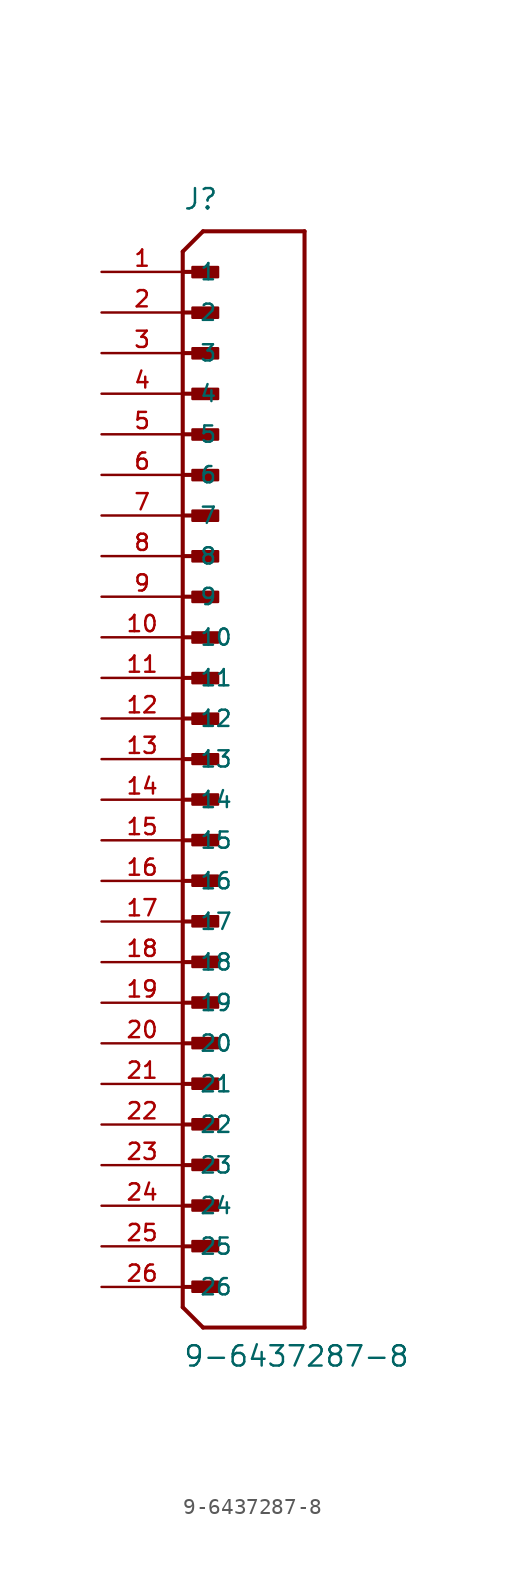
<source format=kicad_sym>
(kicad_symbol_lib
  (version 20231120)
  (generator "kicad_symbol_editor")
  (generator_version "8.0")
  (symbol "9-6437287-8"
    (pin_names
      (offset 1.016))
    (property "Reference" "J"
      (at 0 34.29 0)
      (effects (font (size 1.27 1.27)) (justify left bottom)))
    (property "Value" "9-6437287-8"
      (at 0 -38.1 0)
      (effects (font (size 1.27 1.27)) (justify left bottom)))
    (property "ki_locked" ""
      (at 0 0 0)
      (effects (font (size 1.27 1.27))))
    (symbol "9-6437287-8_0_0"
      (polyline (pts (xy 0 -34.29) (xy 1.27 -35.56)) (stroke (width 0.254) (type solid)) (fill (type none)))
      (polyline (pts (xy 0 -33.02) (xy 1.905 -33.02)) (stroke (width 0.254) (type solid)) (fill (type none)))
      (polyline (pts (xy 0 -30.48) (xy 1.905 -30.48)) (stroke (width 0.254) (type solid)) (fill (type none)))
      (polyline (pts (xy 0 -27.94) (xy 1.905 -27.94)) (stroke (width 0.254) (type solid)) (fill (type none)))
      (polyline (pts (xy 0 -25.4) (xy 1.905 -25.4)) (stroke (width 0.254) (type solid)) (fill (type none)))
      (polyline (pts (xy 0 -22.86) (xy 1.905 -22.86)) (stroke (width 0.254) (type solid)) (fill (type none)))
      (polyline (pts (xy 0 -20.32) (xy 1.905 -20.32)) (stroke (width 0.254) (type solid)) (fill (type none)))
      (polyline (pts (xy 0 -17.78) (xy 1.905 -17.78)) (stroke (width 0.254) (type solid)) (fill (type none)))
      (polyline (pts (xy 0 -15.24) (xy 1.905 -15.24)) (stroke (width 0.254) (type solid)) (fill (type none)))
      (polyline (pts (xy 0 -12.7) (xy 1.905 -12.7)) (stroke (width 0.254) (type solid)) (fill (type none)))
      (polyline (pts (xy 0 -10.16) (xy 1.905 -10.16)) (stroke (width 0.254) (type solid)) (fill (type none)))
      (polyline (pts (xy 0 -7.62) (xy 1.905 -7.62)) (stroke (width 0.254) (type solid)) (fill (type none)))
      (polyline (pts (xy 0 -5.08) (xy 1.905 -5.08)) (stroke (width 0.254) (type solid)) (fill (type none)))
      (polyline (pts (xy 0 -2.54) (xy 1.905 -2.54)) (stroke (width 0.254) (type solid)) (fill (type none)))
      (polyline (pts (xy 0 0) (xy 1.905 0)) (stroke (width 0.254) (type solid)) (fill (type none)))
      (polyline (pts (xy 0 2.54) (xy 1.905 2.54)) (stroke (width 0.254) (type solid)) (fill (type none)))
      (polyline (pts (xy 0 5.08) (xy 1.905 5.08)) (stroke (width 0.254) (type solid)) (fill (type none)))
      (polyline (pts (xy 0 7.62) (xy 1.905 7.62)) (stroke (width 0.254) (type solid)) (fill (type none)))
      (polyline (pts (xy 0 10.16) (xy 1.905 10.16)) (stroke (width 0.254) (type solid)) (fill (type none)))
      (polyline (pts (xy 0 12.7) (xy 1.905 12.7)) (stroke (width 0.254) (type solid)) (fill (type none)))
      (polyline (pts (xy 0 15.24) (xy 1.905 15.24)) (stroke (width 0.254) (type solid)) (fill (type none)))
      (polyline (pts (xy 0 17.78) (xy 1.905 17.78)) (stroke (width 0.254) (type solid)) (fill (type none)))
      (polyline (pts (xy 0 20.32) (xy 1.905 20.32)) (stroke (width 0.254) (type solid)) (fill (type none)))
      (polyline (pts (xy 0 22.86) (xy 1.905 22.86)) (stroke (width 0.254) (type solid)) (fill (type none)))
      (polyline (pts (xy 0 25.4) (xy 1.905 25.4)) (stroke (width 0.254) (type solid)) (fill (type none)))
      (polyline (pts (xy 0 27.94) (xy 1.905 27.94)) (stroke (width 0.254) (type solid)) (fill (type none)))
      (polyline (pts (xy 0 30.48) (xy 0 -34.29)) (stroke (width 0.254) (type solid)) (fill (type none)))
      (polyline (pts (xy 0 30.48) (xy 1.905 30.48)) (stroke (width 0.254) (type solid)) (fill (type none)))
      (polyline (pts (xy 0 31.75) (xy 0 30.48)) (stroke (width 0.254) (type solid)) (fill (type none)))
      (polyline (pts (xy 0 31.75) (xy 1.27 33.02)) (stroke (width 0.254) (type solid)) (fill (type none)))
      (polyline (pts (xy 1.27 -35.56) (xy 7.62 -35.56)) (stroke (width 0.254) (type solid)) (fill (type none)))
      (polyline (pts (xy 7.62 -35.56) (xy 7.62 33.02)) (stroke (width 0.254) (type solid)) (fill (type none)))
      (polyline (pts (xy 7.62 33.02) (xy 1.27 33.02)) (stroke (width 0.254) (type solid)) (fill (type none)))
      (rectangle (start 0.61 -33.325) (end 2.21 -32.69) (stroke (width 0) (type solid)) (fill (type outline)))
      (rectangle (start 0.61 -30.785) (end 2.21 -30.15) (stroke (width 0) (type solid)) (fill (type outline)))
      (rectangle (start 0.61 -28.245) (end 2.21 -27.61) (stroke (width 0) (type solid)) (fill (type outline)))
      (rectangle (start 0.61 -25.705) (end 2.21 -25.07) (stroke (width 0) (type solid)) (fill (type outline)))
      (rectangle (start 0.61 -23.165) (end 2.21 -22.53) (stroke (width 0) (type solid)) (fill (type outline)))
      (rectangle (start 0.61 -20.625) (end 2.21 -19.99) (stroke (width 0) (type solid)) (fill (type outline)))
      (rectangle (start 0.61 -18.085) (end 2.21 -17.45) (stroke (width 0) (type solid)) (fill (type outline)))
      (rectangle (start 0.61 -15.545) (end 2.21 -14.91) (stroke (width 0) (type solid)) (fill (type outline)))
      (rectangle (start 0.61 -13.005) (end 2.21 -12.37) (stroke (width 0) (type solid)) (fill (type outline)))
      (rectangle (start 0.61 -10.465) (end 2.21 -9.83) (stroke (width 0) (type solid)) (fill (type outline)))
      (rectangle (start 0.61 -7.925) (end 2.21 -7.29) (stroke (width 0) (type solid)) (fill (type outline)))
      (rectangle (start 0.61 -5.385) (end 2.21 -4.75) (stroke (width 0) (type solid)) (fill (type outline)))
      (rectangle (start 0.61 -2.845) (end 2.21 -2.21) (stroke (width 0) (type solid)) (fill (type outline)))
      (rectangle (start 0.61 -0.305) (end 2.21 0.305) (stroke (width 0) (type solid)) (fill (type outline)))
      (rectangle (start 0.61 2.21) (end 2.21 2.845) (stroke (width 0) (type solid)) (fill (type outline)))
      (rectangle (start 0.61 4.75) (end 2.21 5.385) (stroke (width 0) (type solid)) (fill (type outline)))
      (rectangle (start 0.61 7.29) (end 2.21 7.925) (stroke (width 0) (type solid)) (fill (type outline)))
      (rectangle (start 0.61 9.83) (end 2.21 10.465) (stroke (width 0) (type solid)) (fill (type outline)))
      (rectangle (start 0.61 12.37) (end 2.21 13.005) (stroke (width 0) (type solid)) (fill (type outline)))
      (rectangle (start 0.61 14.91) (end 2.21 15.545) (stroke (width 0) (type solid)) (fill (type outline)))
      (rectangle (start 0.61 17.45) (end 2.21 18.085) (stroke (width 0) (type solid)) (fill (type outline)))
      (rectangle (start 0.61 19.99) (end 2.21 20.625) (stroke (width 0) (type solid)) (fill (type outline)))
      (rectangle (start 0.61 22.53) (end 2.21 23.165) (stroke (width 0) (type solid)) (fill (type outline)))
      (rectangle (start 0.61 25.07) (end 2.21 25.705) (stroke (width 0) (type solid)) (fill (type outline)))
      (rectangle (start 0.61 27.61) (end 2.21 28.245) (stroke (width 0) (type solid)) (fill (type outline)))
      (rectangle (start 0.61 30.15) (end 2.21 30.785) (stroke (width 0) (type solid)) (fill (type outline)))
      (pin passive line (at -5.08 30.48 0) (length 5.08) (name "1" (effects (font (size 1.016 1.016)))) (number "1" (effects (font (size 1.016 1.016)))))
      (pin passive line (at -5.08 7.62 0) (length 5.08) (name "10" (effects (font (size 1.016 1.016)))) (number "10" (effects (font (size 1.016 1.016)))))
      (pin passive line (at -5.08 5.08 0) (length 5.08) (name "11" (effects (font (size 1.016 1.016)))) (number "11" (effects (font (size 1.016 1.016)))))
      (pin passive line (at -5.08 2.54 0) (length 5.08) (name "12" (effects (font (size 1.016 1.016)))) (number "12" (effects (font (size 1.016 1.016)))))
      (pin passive line (at -5.08 0 0) (length 5.08) (name "13" (effects (font (size 1.016 1.016)))) (number "13" (effects (font (size 1.016 1.016)))))
      (pin passive line (at -5.08 -2.54 0) (length 5.08) (name "14" (effects (font (size 1.016 1.016)))) (number "14" (effects (font (size 1.016 1.016)))))
      (pin passive line (at -5.08 -5.08 0) (length 5.08) (name "15" (effects (font (size 1.016 1.016)))) (number "15" (effects (font (size 1.016 1.016)))))
      (pin passive line (at -5.08 -7.62 0) (length 5.08) (name "16" (effects (font (size 1.016 1.016)))) (number "16" (effects (font (size 1.016 1.016)))))
      (pin passive line (at -5.08 -10.16 0) (length 5.08) (name "17" (effects (font (size 1.016 1.016)))) (number "17" (effects (font (size 1.016 1.016)))))
      (pin passive line (at -5.08 -12.7 0) (length 5.08) (name "18" (effects (font (size 1.016 1.016)))) (number "18" (effects (font (size 1.016 1.016)))))
      (pin passive line (at -5.08 -15.24 0) (length 5.08) (name "19" (effects (font (size 1.016 1.016)))) (number "19" (effects (font (size 1.016 1.016)))))
      (pin passive line (at -5.08 27.94 0) (length 5.08) (name "2" (effects (font (size 1.016 1.016)))) (number "2" (effects (font (size 1.016 1.016)))))
      (pin passive line (at -5.08 -17.78 0) (length 5.08) (name "20" (effects (font (size 1.016 1.016)))) (number "20" (effects (font (size 1.016 1.016)))))
      (pin passive line (at -5.08 -20.32 0) (length 5.08) (name "21" (effects (font (size 1.016 1.016)))) (number "21" (effects (font (size 1.016 1.016)))))
      (pin passive line (at -5.08 -22.86 0) (length 5.08) (name "22" (effects (font (size 1.016 1.016)))) (number "22" (effects (font (size 1.016 1.016)))))
      (pin passive line (at -5.08 -25.4 0) (length 5.08) (name "23" (effects (font (size 1.016 1.016)))) (number "23" (effects (font (size 1.016 1.016)))))
      (pin passive line (at -5.08 -27.94 0) (length 5.08) (name "24" (effects (font (size 1.016 1.016)))) (number "24" (effects (font (size 1.016 1.016)))))
      (pin passive line (at -5.08 -30.48 0) (length 5.08) (name "25" (effects (font (size 1.016 1.016)))) (number "25" (effects (font (size 1.016 1.016)))))
      (pin passive line (at -5.08 -33.02 0) (length 5.08) (name "26" (effects (font (size 1.016 1.016)))) (number "26" (effects (font (size 1.016 1.016)))))
      (pin passive line (at -5.08 25.4 0) (length 5.08) (name "3" (effects (font (size 1.016 1.016)))) (number "3" (effects (font (size 1.016 1.016)))))
      (pin passive line (at -5.08 22.86 0) (length 5.08) (name "4" (effects (font (size 1.016 1.016)))) (number "4" (effects (font (size 1.016 1.016)))))
      (pin passive line (at -5.08 20.32 0) (length 5.08) (name "5" (effects (font (size 1.016 1.016)))) (number "5" (effects (font (size 1.016 1.016)))))
      (pin passive line (at -5.08 17.78 0) (length 5.08) (name "6" (effects (font (size 1.016 1.016)))) (number "6" (effects (font (size 1.016 1.016)))))
      (pin passive line (at -5.08 15.24 0) (length 5.08) (name "7" (effects (font (size 1.016 1.016)))) (number "7" (effects (font (size 1.016 1.016)))))
      (pin passive line (at -5.08 12.7 0) (length 5.08) (name "8" (effects (font (size 1.016 1.016)))) (number "8" (effects (font (size 1.016 1.016)))))
      (pin passive line (at -5.08 10.16 0) (length 5.08) (name "9" (effects (font (size 1.016 1.016)))) (number "9" (effects (font (size 1.016 1.016))))))))
</source>
